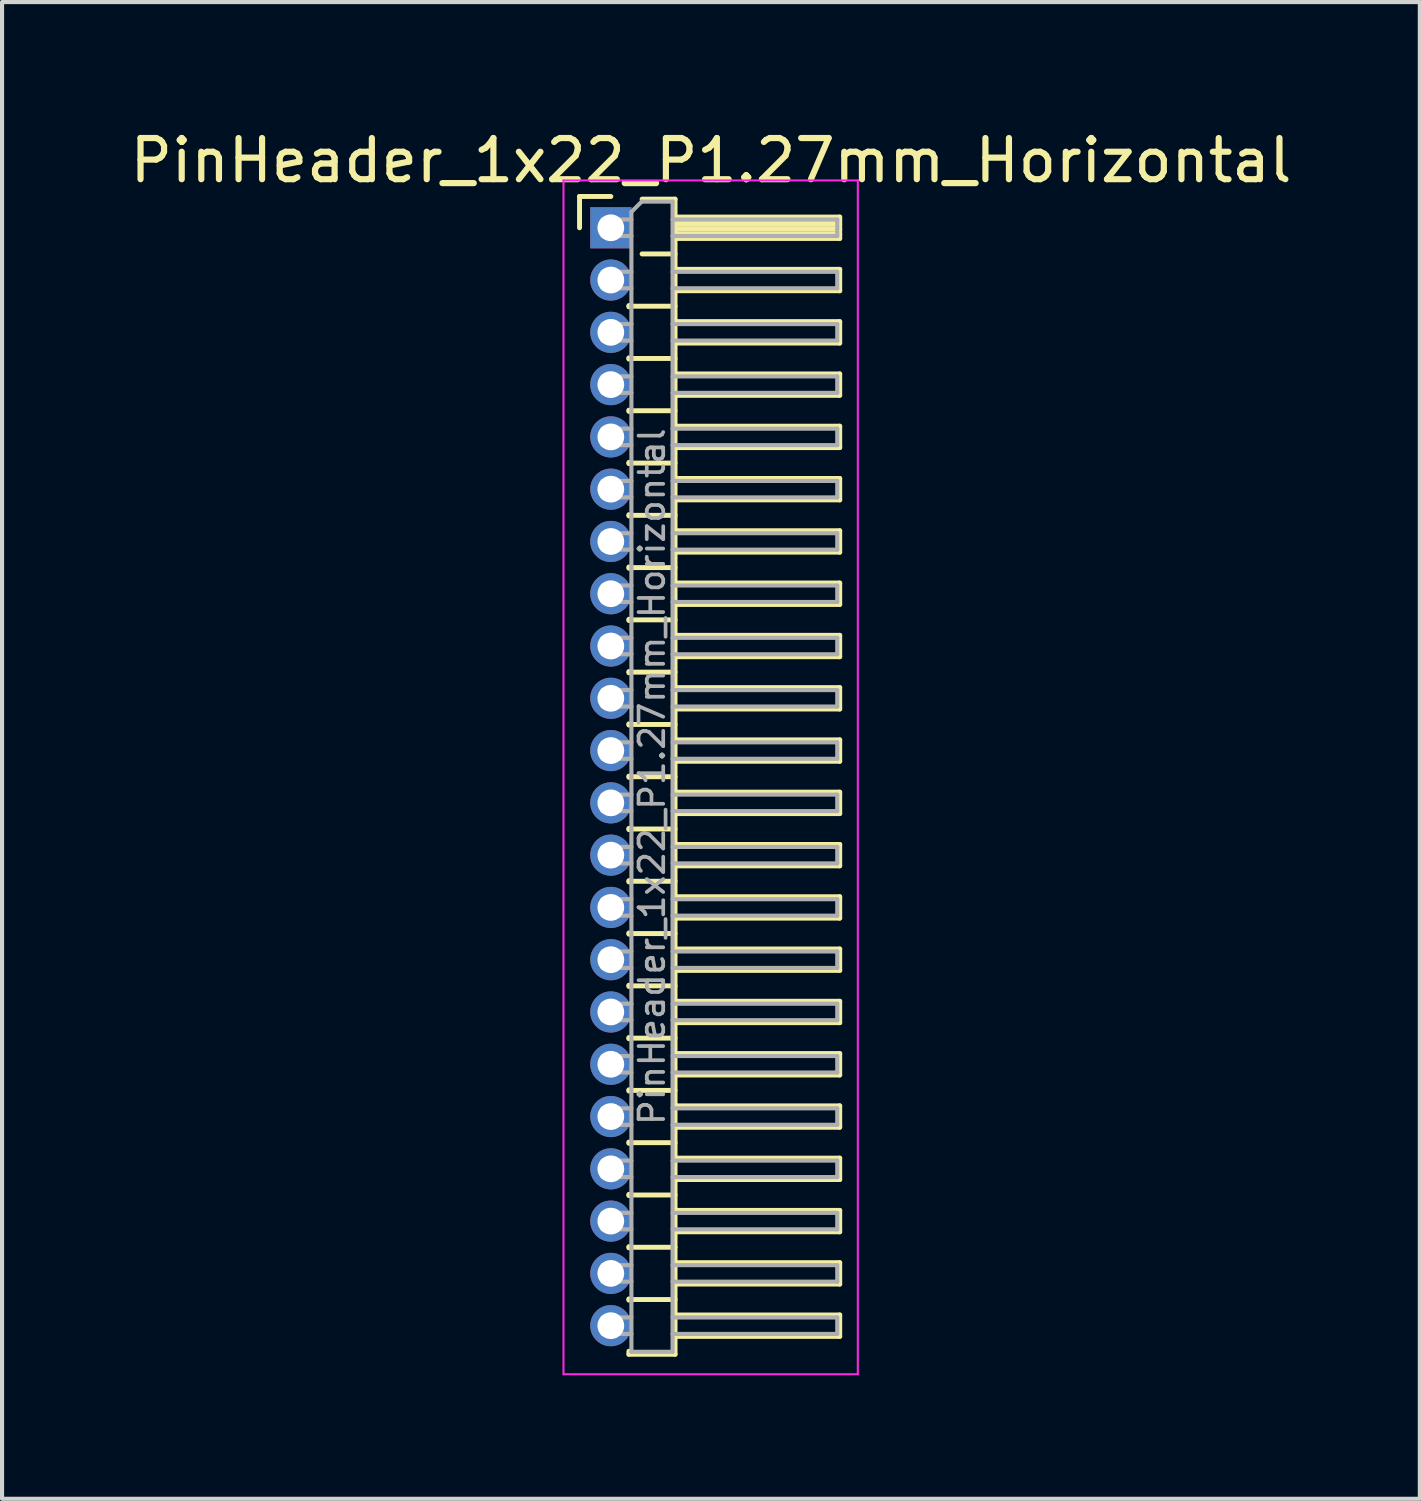
<source format=kicad_pcb>
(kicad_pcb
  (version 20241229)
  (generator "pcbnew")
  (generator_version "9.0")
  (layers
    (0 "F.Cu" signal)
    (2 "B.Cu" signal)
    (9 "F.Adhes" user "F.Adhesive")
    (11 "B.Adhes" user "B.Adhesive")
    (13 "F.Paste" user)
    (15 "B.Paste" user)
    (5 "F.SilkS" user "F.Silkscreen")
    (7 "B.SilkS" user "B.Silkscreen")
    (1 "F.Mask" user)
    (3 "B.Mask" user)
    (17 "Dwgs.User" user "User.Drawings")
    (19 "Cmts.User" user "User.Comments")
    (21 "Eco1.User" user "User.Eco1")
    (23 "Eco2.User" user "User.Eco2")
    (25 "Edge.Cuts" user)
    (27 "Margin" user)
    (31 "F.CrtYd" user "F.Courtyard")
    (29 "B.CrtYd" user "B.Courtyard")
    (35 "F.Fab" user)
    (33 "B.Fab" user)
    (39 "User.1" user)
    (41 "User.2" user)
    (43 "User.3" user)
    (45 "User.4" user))
  (footprint "PinHeader_1x22_P1.27mm_Horizontal"
    (layer "F.Cu")
    (at 11.788 2.483)
    (property "Reference" "PinHeader_1x22_P1.27mm_Horizontal" (at 2.433 -1.635 0) (layer "F.SilkS") (effects (font (size 1 1) (thickness 0.15))))
    (attr through_hole)
    (fp_line (start -0.76 -0.76) (end 0 -0.76) (stroke (width 0.12) (type solid)) (layer "F.SilkS"))
    (fp_line (start -0.76 0) (end -0.76 -0.76) (stroke (width 0.12) (type solid)) (layer "F.SilkS"))
    (fp_line (start 0.44 1.89) (end 0.44 1.92) (stroke (width 0.12) (type solid)) (layer "F.SilkS"))
    (fp_line (start 0.44 1.905) (end 1.56 1.905) (stroke (width 0.12) (type solid)) (layer "F.SilkS"))
    (fp_line (start 0.44 3.16) (end 0.44 3.19) (stroke (width 0.12) (type solid)) (layer "F.SilkS"))
    (fp_line (start 0.44 3.175) (end 1.56 3.175) (stroke (width 0.12) (type solid)) (layer "F.SilkS"))
    (fp_line (start 0.44 4.43) (end 0.44 4.46) (stroke (width 0.12) (type solid)) (layer "F.SilkS"))
    (fp_line (start 0.44 4.445) (end 1.56 4.445) (stroke (width 0.12) (type solid)) (layer "F.SilkS"))
    (fp_line (start 0.44 5.7) (end 0.44 5.73) (stroke (width 0.12) (type solid)) (layer "F.SilkS"))
    (fp_line (start 0.44 5.715) (end 1.56 5.715) (stroke (width 0.12) (type solid)) (layer "F.SilkS"))
    (fp_line (start 0.44 6.97) (end 0.44 7) (stroke (width 0.12) (type solid)) (layer "F.SilkS"))
    (fp_line (start 0.44 6.985) (end 1.56 6.985) (stroke (width 0.12) (type solid)) (layer "F.SilkS"))
    (fp_line (start 0.44 8.24) (end 0.44 8.27) (stroke (width 0.12) (type solid)) (layer "F.SilkS"))
    (fp_line (start 0.44 8.255) (end 1.56 8.255) (stroke (width 0.12) (type solid)) (layer "F.SilkS"))
    (fp_line (start 0.44 9.51) (end 0.44 9.54) (stroke (width 0.12) (type solid)) (layer "F.SilkS"))
    (fp_line (start 0.44 9.525) (end 1.56 9.525) (stroke (width 0.12) (type solid)) (layer "F.SilkS"))
    (fp_line (start 0.44 10.78) (end 0.44 10.81) (stroke (width 0.12) (type solid)) (layer "F.SilkS"))
    (fp_line (start 0.44 10.795) (end 1.56 10.795) (stroke (width 0.12) (type solid)) (layer "F.SilkS"))
    (fp_line (start 0.44 12.05) (end 0.44 12.08) (stroke (width 0.12) (type solid)) (layer "F.SilkS"))
    (fp_line (start 0.44 12.065) (end 1.56 12.065) (stroke (width 0.12) (type solid)) (layer "F.SilkS"))
    (fp_line (start 0.44 13.32) (end 0.44 13.35) (stroke (width 0.12) (type solid)) (layer "F.SilkS"))
    (fp_line (start 0.44 13.335) (end 1.56 13.335) (stroke (width 0.12) (type solid)) (layer "F.SilkS"))
    (fp_line (start 0.44 14.59) (end 0.44 14.62) (stroke (width 0.12) (type solid)) (layer "F.SilkS"))
    (fp_line (start 0.44 14.605) (end 1.56 14.605) (stroke (width 0.12) (type solid)) (layer "F.SilkS"))
    (fp_line (start 0.44 15.86) (end 0.44 15.89) (stroke (width 0.12) (type solid)) (layer "F.SilkS"))
    (fp_line (start 0.44 15.875) (end 1.56 15.875) (stroke (width 0.12) (type solid)) (layer "F.SilkS"))
    (fp_line (start 0.44 17.13) (end 0.44 17.16) (stroke (width 0.12) (type solid)) (layer "F.SilkS"))
    (fp_line (start 0.44 17.145) (end 1.56 17.145) (stroke (width 0.12) (type solid)) (layer "F.SilkS"))
    (fp_line (start 0.44 18.4) (end 0.44 18.43) (stroke (width 0.12) (type solid)) (layer "F.SilkS"))
    (fp_line (start 0.44 18.415) (end 1.56 18.415) (stroke (width 0.12) (type solid)) (layer "F.SilkS"))
    (fp_line (start 0.44 19.67) (end 0.44 19.7) (stroke (width 0.12) (type solid)) (layer "F.SilkS"))
    (fp_line (start 0.44 19.685) (end 1.56 19.685) (stroke (width 0.12) (type solid)) (layer "F.SilkS"))
    (fp_line (start 0.44 20.94) (end 0.44 20.97) (stroke (width 0.12) (type solid)) (layer "F.SilkS"))
    (fp_line (start 0.44 20.955) (end 1.56 20.955) (stroke (width 0.12) (type solid)) (layer "F.SilkS"))
    (fp_line (start 0.44 22.21) (end 0.44 22.24) (stroke (width 0.12) (type solid)) (layer "F.SilkS"))
    (fp_line (start 0.44 22.225) (end 1.56 22.225) (stroke (width 0.12) (type solid)) (layer "F.SilkS"))
    (fp_line (start 0.44 23.48) (end 0.44 23.51) (stroke (width 0.12) (type solid)) (layer "F.SilkS"))
    (fp_line (start 0.44 23.495) (end 1.56 23.495) (stroke (width 0.12) (type solid)) (layer "F.SilkS"))
    (fp_line (start 0.44 24.75) (end 0.44 24.78) (stroke (width 0.12) (type solid)) (layer "F.SilkS"))
    (fp_line (start 0.44 24.765) (end 1.56 24.765) (stroke (width 0.12) (type solid)) (layer "F.SilkS"))
    (fp_line (start 0.44 26.02) (end 0.44 26.05) (stroke (width 0.12) (type solid)) (layer "F.SilkS"))
    (fp_line (start 0.44 26.035) (end 1.56 26.035) (stroke (width 0.12) (type solid)) (layer "F.SilkS"))
    (fp_line (start 0.44 27.365) (end 0.44 27.29) (stroke (width 0.12) (type solid)) (layer "F.SilkS"))
    (fp_line (start 0.76 -0.695) (end 1.56 -0.695) (stroke (width 0.12) (type solid)) (layer "F.SilkS"))
    (fp_line (start 0.76 0.635) (end 1.56 0.635) (stroke (width 0.12) (type solid)) (layer "F.SilkS"))
    (fp_line (start 1.56 -0.695) (end 1.56 27.365) (stroke (width 0.12) (type solid)) (layer "F.SilkS"))
    (fp_line (start 1.56 -0.26) (end 5.56 -0.26) (stroke (width 0.12) (type solid)) (layer "F.SilkS"))
    (fp_line (start 1.56 -0.2) (end 5.56 -0.2) (stroke (width 0.12) (type solid)) (layer "F.SilkS"))
    (fp_line (start 1.56 -0.08) (end 5.56 -0.08) (stroke (width 0.12) (type solid)) (layer "F.SilkS"))
    (fp_line (start 1.56 0.04) (end 5.56 0.04) (stroke (width 0.12) (type solid)) (layer "F.SilkS"))
    (fp_line (start 1.56 0.16) (end 5.56 0.16) (stroke (width 0.12) (type solid)) (layer "F.SilkS"))
    (fp_line (start 1.56 1.01) (end 5.56 1.01) (stroke (width 0.12) (type solid)) (layer "F.SilkS"))
    (fp_line (start 1.56 2.28) (end 5.56 2.28) (stroke (width 0.12) (type solid)) (layer "F.SilkS"))
    (fp_line (start 1.56 3.55) (end 5.56 3.55) (stroke (width 0.12) (type solid)) (layer "F.SilkS"))
    (fp_line (start 1.56 4.82) (end 5.56 4.82) (stroke (width 0.12) (type solid)) (layer "F.SilkS"))
    (fp_line (start 1.56 6.09) (end 5.56 6.09) (stroke (width 0.12) (type solid)) (layer "F.SilkS"))
    (fp_line (start 1.56 7.36) (end 5.56 7.36) (stroke (width 0.12) (type solid)) (layer "F.SilkS"))
    (fp_line (start 1.56 8.63) (end 5.56 8.63) (stroke (width 0.12) (type solid)) (layer "F.SilkS"))
    (fp_line (start 1.56 9.9) (end 5.56 9.9) (stroke (width 0.12) (type solid)) (layer "F.SilkS"))
    (fp_line (start 1.56 11.17) (end 5.56 11.17) (stroke (width 0.12) (type solid)) (layer "F.SilkS"))
    (fp_line (start 1.56 12.44) (end 5.56 12.44) (stroke (width 0.12) (type solid)) (layer "F.SilkS"))
    (fp_line (start 1.56 13.71) (end 5.56 13.71) (stroke (width 0.12) (type solid)) (layer "F.SilkS"))
    (fp_line (start 1.56 14.98) (end 5.56 14.98) (stroke (width 0.12) (type solid)) (layer "F.SilkS"))
    (fp_line (start 1.56 16.25) (end 5.56 16.25) (stroke (width 0.12) (type solid)) (layer "F.SilkS"))
    (fp_line (start 1.56 17.52) (end 5.56 17.52) (stroke (width 0.12) (type solid)) (layer "F.SilkS"))
    (fp_line (start 1.56 18.79) (end 5.56 18.79) (stroke (width 0.12) (type solid)) (layer "F.SilkS"))
    (fp_line (start 1.56 20.06) (end 5.56 20.06) (stroke (width 0.12) (type solid)) (layer "F.SilkS"))
    (fp_line (start 1.56 21.33) (end 5.56 21.33) (stroke (width 0.12) (type solid)) (layer "F.SilkS"))
    (fp_line (start 1.56 22.6) (end 5.56 22.6) (stroke (width 0.12) (type solid)) (layer "F.SilkS"))
    (fp_line (start 1.56 23.87) (end 5.56 23.87) (stroke (width 0.12) (type solid)) (layer "F.SilkS"))
    (fp_line (start 1.56 25.14) (end 5.56 25.14) (stroke (width 0.12) (type solid)) (layer "F.SilkS"))
    (fp_line (start 1.56 26.41) (end 5.56 26.41) (stroke (width 0.12) (type solid)) (layer "F.SilkS"))
    (fp_line (start 1.56 27.365) (end 0.44 27.365) (stroke (width 0.12) (type solid)) (layer "F.SilkS"))
    (fp_line (start 5.56 -0.26) (end 5.56 0.26) (stroke (width 0.12) (type solid)) (layer "F.SilkS"))
    (fp_line (start 5.56 0.26) (end 1.56 0.26) (stroke (width 0.12) (type solid)) (layer "F.SilkS"))
    (fp_line (start 5.56 1.01) (end 5.56 1.53) (stroke (width 0.12) (type solid)) (layer "F.SilkS"))
    (fp_line (start 5.56 1.53) (end 1.56 1.53) (stroke (width 0.12) (type solid)) (layer "F.SilkS"))
    (fp_line (start 5.56 2.28) (end 5.56 2.8) (stroke (width 0.12) (type solid)) (layer "F.SilkS"))
    (fp_line (start 5.56 2.8) (end 1.56 2.8) (stroke (width 0.12) (type solid)) (layer "F.SilkS"))
    (fp_line (start 5.56 3.55) (end 5.56 4.07) (stroke (width 0.12) (type solid)) (layer "F.SilkS"))
    (fp_line (start 5.56 4.07) (end 1.56 4.07) (stroke (width 0.12) (type solid)) (layer "F.SilkS"))
    (fp_line (start 5.56 4.82) (end 5.56 5.34) (stroke (width 0.12) (type solid)) (layer "F.SilkS"))
    (fp_line (start 5.56 5.34) (end 1.56 5.34) (stroke (width 0.12) (type solid)) (layer "F.SilkS"))
    (fp_line (start 5.56 6.09) (end 5.56 6.61) (stroke (width 0.12) (type solid)) (layer "F.SilkS"))
    (fp_line (start 5.56 6.61) (end 1.56 6.61) (stroke (width 0.12) (type solid)) (layer "F.SilkS"))
    (fp_line (start 5.56 7.36) (end 5.56 7.88) (stroke (width 0.12) (type solid)) (layer "F.SilkS"))
    (fp_line (start 5.56 7.88) (end 1.56 7.88) (stroke (width 0.12) (type solid)) (layer "F.SilkS"))
    (fp_line (start 5.56 8.63) (end 5.56 9.15) (stroke (width 0.12) (type solid)) (layer "F.SilkS"))
    (fp_line (start 5.56 9.15) (end 1.56 9.15) (stroke (width 0.12) (type solid)) (layer "F.SilkS"))
    (fp_line (start 5.56 9.9) (end 5.56 10.42) (stroke (width 0.12) (type solid)) (layer "F.SilkS"))
    (fp_line (start 5.56 10.42) (end 1.56 10.42) (stroke (width 0.12) (type solid)) (layer "F.SilkS"))
    (fp_line (start 5.56 11.17) (end 5.56 11.69) (stroke (width 0.12) (type solid)) (layer "F.SilkS"))
    (fp_line (start 5.56 11.69) (end 1.56 11.69) (stroke (width 0.12) (type solid)) (layer "F.SilkS"))
    (fp_line (start 5.56 12.44) (end 5.56 12.96) (stroke (width 0.12) (type solid)) (layer "F.SilkS"))
    (fp_line (start 5.56 12.96) (end 1.56 12.96) (stroke (width 0.12) (type solid)) (layer "F.SilkS"))
    (fp_line (start 5.56 13.71) (end 5.56 14.23) (stroke (width 0.12) (type solid)) (layer "F.SilkS"))
    (fp_line (start 5.56 14.23) (end 1.56 14.23) (stroke (width 0.12) (type solid)) (layer "F.SilkS"))
    (fp_line (start 5.56 14.98) (end 5.56 15.5) (stroke (width 0.12) (type solid)) (layer "F.SilkS"))
    (fp_line (start 5.56 15.5) (end 1.56 15.5) (stroke (width 0.12) (type solid)) (layer "F.SilkS"))
    (fp_line (start 5.56 16.25) (end 5.56 16.77) (stroke (width 0.12) (type solid)) (layer "F.SilkS"))
    (fp_line (start 5.56 16.77) (end 1.56 16.77) (stroke (width 0.12) (type solid)) (layer "F.SilkS"))
    (fp_line (start 5.56 17.52) (end 5.56 18.04) (stroke (width 0.12) (type solid)) (layer "F.SilkS"))
    (fp_line (start 5.56 18.04) (end 1.56 18.04) (stroke (width 0.12) (type solid)) (layer "F.SilkS"))
    (fp_line (start 5.56 18.79) (end 5.56 19.31) (stroke (width 0.12) (type solid)) (layer "F.SilkS"))
    (fp_line (start 5.56 19.31) (end 1.56 19.31) (stroke (width 0.12) (type solid)) (layer "F.SilkS"))
    (fp_line (start 5.56 20.06) (end 5.56 20.58) (stroke (width 0.12) (type solid)) (layer "F.SilkS"))
    (fp_line (start 5.56 20.58) (end 1.56 20.58) (stroke (width 0.12) (type solid)) (layer "F.SilkS"))
    (fp_line (start 5.56 21.33) (end 5.56 21.85) (stroke (width 0.12) (type solid)) (layer "F.SilkS"))
    (fp_line (start 5.56 21.85) (end 1.56 21.85) (stroke (width 0.12) (type solid)) (layer "F.SilkS"))
    (fp_line (start 5.56 22.6) (end 5.56 23.12) (stroke (width 0.12) (type solid)) (layer "F.SilkS"))
    (fp_line (start 5.56 23.12) (end 1.56 23.12) (stroke (width 0.12) (type solid)) (layer "F.SilkS"))
    (fp_line (start 5.56 23.87) (end 5.56 24.39) (stroke (width 0.12) (type solid)) (layer "F.SilkS"))
    (fp_line (start 5.56 24.39) (end 1.56 24.39) (stroke (width 0.12) (type solid)) (layer "F.SilkS"))
    (fp_line (start 5.56 25.14) (end 5.56 25.66) (stroke (width 0.12) (type solid)) (layer "F.SilkS"))
    (fp_line (start 5.56 25.66) (end 1.56 25.66) (stroke (width 0.12) (type solid)) (layer "F.SilkS"))
    (fp_line (start 5.56 26.41) (end 5.56 26.93) (stroke (width 0.12) (type solid)) (layer "F.SilkS"))
    (fp_line (start 5.56 26.93) (end 1.56 26.93) (stroke (width 0.12) (type solid)) (layer "F.SilkS"))
    (fp_line (start -1.15 -1.15) (end -1.15 27.85) (stroke (width 0.05) (type solid)) (layer "F.CrtYd"))
    (fp_line (start -1.15 27.85) (end 6 27.85) (stroke (width 0.05) (type solid)) (layer "F.CrtYd"))
    (fp_line (start 6 -1.15) (end -1.15 -1.15) (stroke (width 0.05) (type solid)) (layer "F.CrtYd"))
    (fp_line (start 6 27.85) (end 6 -1.15) (stroke (width 0.05) (type solid)) (layer "F.CrtYd"))
    (fp_line (start -0.2 -0.2) (end -0.2 0.2) (stroke (width 0.1) (type solid)) (layer "F.Fab"))
    (fp_line (start -0.2 -0.2) (end 0.5 -0.2) (stroke (width 0.1) (type solid)) (layer "F.Fab"))
    (fp_line (start -0.2 0.2) (end 0.5 0.2) (stroke (width 0.1) (type solid)) (layer "F.Fab"))
    (fp_line (start -0.2 1.07) (end -0.2 1.47) (stroke (width 0.1) (type solid)) (layer "F.Fab"))
    (fp_line (start -0.2 1.07) (end 0.5 1.07) (stroke (width 0.1) (type solid)) (layer "F.Fab"))
    (fp_line (start -0.2 1.47) (end 0.5 1.47) (stroke (width 0.1) (type solid)) (layer "F.Fab"))
    (fp_line (start -0.2 2.34) (end -0.2 2.74) (stroke (width 0.1) (type solid)) (layer "F.Fab"))
    (fp_line (start -0.2 2.34) (end 0.5 2.34) (stroke (width 0.1) (type solid)) (layer "F.Fab"))
    (fp_line (start -0.2 2.74) (end 0.5 2.74) (stroke (width 0.1) (type solid)) (layer "F.Fab"))
    (fp_line (start -0.2 3.61) (end -0.2 4.01) (stroke (width 0.1) (type solid)) (layer "F.Fab"))
    (fp_line (start -0.2 3.61) (end 0.5 3.61) (stroke (width 0.1) (type solid)) (layer "F.Fab"))
    (fp_line (start -0.2 4.01) (end 0.5 4.01) (stroke (width 0.1) (type solid)) (layer "F.Fab"))
    (fp_line (start -0.2 4.88) (end -0.2 5.28) (stroke (width 0.1) (type solid)) (layer "F.Fab"))
    (fp_line (start -0.2 4.88) (end 0.5 4.88) (stroke (width 0.1) (type solid)) (layer "F.Fab"))
    (fp_line (start -0.2 5.28) (end 0.5 5.28) (stroke (width 0.1) (type solid)) (layer "F.Fab"))
    (fp_line (start -0.2 6.15) (end -0.2 6.55) (stroke (width 0.1) (type solid)) (layer "F.Fab"))
    (fp_line (start -0.2 6.15) (end 0.5 6.15) (stroke (width 0.1) (type solid)) (layer "F.Fab"))
    (fp_line (start -0.2 6.55) (end 0.5 6.55) (stroke (width 0.1) (type solid)) (layer "F.Fab"))
    (fp_line (start -0.2 7.42) (end -0.2 7.82) (stroke (width 0.1) (type solid)) (layer "F.Fab"))
    (fp_line (start -0.2 7.42) (end 0.5 7.42) (stroke (width 0.1) (type solid)) (layer "F.Fab"))
    (fp_line (start -0.2 7.82) (end 0.5 7.82) (stroke (width 0.1) (type solid)) (layer "F.Fab"))
    (fp_line (start -0.2 8.69) (end -0.2 9.09) (stroke (width 0.1) (type solid)) (layer "F.Fab"))
    (fp_line (start -0.2 8.69) (end 0.5 8.69) (stroke (width 0.1) (type solid)) (layer "F.Fab"))
    (fp_line (start -0.2 9.09) (end 0.5 9.09) (stroke (width 0.1) (type solid)) (layer "F.Fab"))
    (fp_line (start -0.2 9.96) (end -0.2 10.36) (stroke (width 0.1) (type solid)) (layer "F.Fab"))
    (fp_line (start -0.2 9.96) (end 0.5 9.96) (stroke (width 0.1) (type solid)) (layer "F.Fab"))
    (fp_line (start -0.2 10.36) (end 0.5 10.36) (stroke (width 0.1) (type solid)) (layer "F.Fab"))
    (fp_line (start -0.2 11.23) (end -0.2 11.63) (stroke (width 0.1) (type solid)) (layer "F.Fab"))
    (fp_line (start -0.2 11.23) (end 0.5 11.23) (stroke (width 0.1) (type solid)) (layer "F.Fab"))
    (fp_line (start -0.2 11.63) (end 0.5 11.63) (stroke (width 0.1) (type solid)) (layer "F.Fab"))
    (fp_line (start -0.2 12.5) (end -0.2 12.9) (stroke (width 0.1) (type solid)) (layer "F.Fab"))
    (fp_line (start -0.2 12.5) (end 0.5 12.5) (stroke (width 0.1) (type solid)) (layer "F.Fab"))
    (fp_line (start -0.2 12.9) (end 0.5 12.9) (stroke (width 0.1) (type solid)) (layer "F.Fab"))
    (fp_line (start -0.2 13.77) (end -0.2 14.17) (stroke (width 0.1) (type solid)) (layer "F.Fab"))
    (fp_line (start -0.2 13.77) (end 0.5 13.77) (stroke (width 0.1) (type solid)) (layer "F.Fab"))
    (fp_line (start -0.2 14.17) (end 0.5 14.17) (stroke (width 0.1) (type solid)) (layer "F.Fab"))
    (fp_line (start -0.2 15.04) (end -0.2 15.44) (stroke (width 0.1) (type solid)) (layer "F.Fab"))
    (fp_line (start -0.2 15.04) (end 0.5 15.04) (stroke (width 0.1) (type solid)) (layer "F.Fab"))
    (fp_line (start -0.2 15.44) (end 0.5 15.44) (stroke (width 0.1) (type solid)) (layer "F.Fab"))
    (fp_line (start -0.2 16.31) (end -0.2 16.71) (stroke (width 0.1) (type solid)) (layer "F.Fab"))
    (fp_line (start -0.2 16.31) (end 0.5 16.31) (stroke (width 0.1) (type solid)) (layer "F.Fab"))
    (fp_line (start -0.2 16.71) (end 0.5 16.71) (stroke (width 0.1) (type solid)) (layer "F.Fab"))
    (fp_line (start -0.2 17.58) (end -0.2 17.98) (stroke (width 0.1) (type solid)) (layer "F.Fab"))
    (fp_line (start -0.2 17.58) (end 0.5 17.58) (stroke (width 0.1) (type solid)) (layer "F.Fab"))
    (fp_line (start -0.2 17.98) (end 0.5 17.98) (stroke (width 0.1) (type solid)) (layer "F.Fab"))
    (fp_line (start -0.2 18.85) (end -0.2 19.25) (stroke (width 0.1) (type solid)) (layer "F.Fab"))
    (fp_line (start -0.2 18.85) (end 0.5 18.85) (stroke (width 0.1) (type solid)) (layer "F.Fab"))
    (fp_line (start -0.2 19.25) (end 0.5 19.25) (stroke (width 0.1) (type solid)) (layer "F.Fab"))
    (fp_line (start -0.2 20.12) (end -0.2 20.52) (stroke (width 0.1) (type solid)) (layer "F.Fab"))
    (fp_line (start -0.2 20.12) (end 0.5 20.12) (stroke (width 0.1) (type solid)) (layer "F.Fab"))
    (fp_line (start -0.2 20.52) (end 0.5 20.52) (stroke (width 0.1) (type solid)) (layer "F.Fab"))
    (fp_line (start -0.2 21.39) (end -0.2 21.79) (stroke (width 0.1) (type solid)) (layer "F.Fab"))
    (fp_line (start -0.2 21.39) (end 0.5 21.39) (stroke (width 0.1) (type solid)) (layer "F.Fab"))
    (fp_line (start -0.2 21.79) (end 0.5 21.79) (stroke (width 0.1) (type solid)) (layer "F.Fab"))
    (fp_line (start -0.2 22.66) (end -0.2 23.06) (stroke (width 0.1) (type solid)) (layer "F.Fab"))
    (fp_line (start -0.2 22.66) (end 0.5 22.66) (stroke (width 0.1) (type solid)) (layer "F.Fab"))
    (fp_line (start -0.2 23.06) (end 0.5 23.06) (stroke (width 0.1) (type solid)) (layer "F.Fab"))
    (fp_line (start -0.2 23.93) (end -0.2 24.33) (stroke (width 0.1) (type solid)) (layer "F.Fab"))
    (fp_line (start -0.2 23.93) (end 0.5 23.93) (stroke (width 0.1) (type solid)) (layer "F.Fab"))
    (fp_line (start -0.2 24.33) (end 0.5 24.33) (stroke (width 0.1) (type solid)) (layer "F.Fab"))
    (fp_line (start -0.2 25.2) (end -0.2 25.6) (stroke (width 0.1) (type solid)) (layer "F.Fab"))
    (fp_line (start -0.2 25.2) (end 0.5 25.2) (stroke (width 0.1) (type solid)) (layer "F.Fab"))
    (fp_line (start -0.2 25.6) (end 0.5 25.6) (stroke (width 0.1) (type solid)) (layer "F.Fab"))
    (fp_line (start -0.2 26.47) (end -0.2 26.87) (stroke (width 0.1) (type solid)) (layer "F.Fab"))
    (fp_line (start -0.2 26.47) (end 0.5 26.47) (stroke (width 0.1) (type solid)) (layer "F.Fab"))
    (fp_line (start -0.2 26.87) (end 0.5 26.87) (stroke (width 0.1) (type solid)) (layer "F.Fab"))
    (fp_line (start 0.5 -0.385) (end 0.75 -0.635) (stroke (width 0.1) (type solid)) (layer "F.Fab"))
    (fp_line (start 0.5 27.305) (end 0.5 -0.385) (stroke (width 0.1) (type solid)) (layer "F.Fab"))
    (fp_line (start 0.75 -0.635) (end 1.5 -0.635) (stroke (width 0.1) (type solid)) (layer "F.Fab"))
    (fp_line (start 1.5 -0.635) (end 1.5 27.305) (stroke (width 0.1) (type solid)) (layer "F.Fab"))
    (fp_line (start 1.5 -0.2) (end 5.5 -0.2) (stroke (width 0.1) (type solid)) (layer "F.Fab"))
    (fp_line (start 1.5 0.2) (end 5.5 0.2) (stroke (width 0.1) (type solid)) (layer "F.Fab"))
    (fp_line (start 1.5 1.07) (end 5.5 1.07) (stroke (width 0.1) (type solid)) (layer "F.Fab"))
    (fp_line (start 1.5 1.47) (end 5.5 1.47) (stroke (width 0.1) (type solid)) (layer "F.Fab"))
    (fp_line (start 1.5 2.34) (end 5.5 2.34) (stroke (width 0.1) (type solid)) (layer "F.Fab"))
    (fp_line (start 1.5 2.74) (end 5.5 2.74) (stroke (width 0.1) (type solid)) (layer "F.Fab"))
    (fp_line (start 1.5 3.61) (end 5.5 3.61) (stroke (width 0.1) (type solid)) (layer "F.Fab"))
    (fp_line (start 1.5 4.01) (end 5.5 4.01) (stroke (width 0.1) (type solid)) (layer "F.Fab"))
    (fp_line (start 1.5 4.88) (end 5.5 4.88) (stroke (width 0.1) (type solid)) (layer "F.Fab"))
    (fp_line (start 1.5 5.28) (end 5.5 5.28) (stroke (width 0.1) (type solid)) (layer "F.Fab"))
    (fp_line (start 1.5 6.15) (end 5.5 6.15) (stroke (width 0.1) (type solid)) (layer "F.Fab"))
    (fp_line (start 1.5 6.55) (end 5.5 6.55) (stroke (width 0.1) (type solid)) (layer "F.Fab"))
    (fp_line (start 1.5 7.42) (end 5.5 7.42) (stroke (width 0.1) (type solid)) (layer "F.Fab"))
    (fp_line (start 1.5 7.82) (end 5.5 7.82) (stroke (width 0.1) (type solid)) (layer "F.Fab"))
    (fp_line (start 1.5 8.69) (end 5.5 8.69) (stroke (width 0.1) (type solid)) (layer "F.Fab"))
    (fp_line (start 1.5 9.09) (end 5.5 9.09) (stroke (width 0.1) (type solid)) (layer "F.Fab"))
    (fp_line (start 1.5 9.96) (end 5.5 9.96) (stroke (width 0.1) (type solid)) (layer "F.Fab"))
    (fp_line (start 1.5 10.36) (end 5.5 10.36) (stroke (width 0.1) (type solid)) (layer "F.Fab"))
    (fp_line (start 1.5 11.23) (end 5.5 11.23) (stroke (width 0.1) (type solid)) (layer "F.Fab"))
    (fp_line (start 1.5 11.63) (end 5.5 11.63) (stroke (width 0.1) (type solid)) (layer "F.Fab"))
    (fp_line (start 1.5 12.5) (end 5.5 12.5) (stroke (width 0.1) (type solid)) (layer "F.Fab"))
    (fp_line (start 1.5 12.9) (end 5.5 12.9) (stroke (width 0.1) (type solid)) (layer "F.Fab"))
    (fp_line (start 1.5 13.77) (end 5.5 13.77) (stroke (width 0.1) (type solid)) (layer "F.Fab"))
    (fp_line (start 1.5 14.17) (end 5.5 14.17) (stroke (width 0.1) (type solid)) (layer "F.Fab"))
    (fp_line (start 1.5 15.04) (end 5.5 15.04) (stroke (width 0.1) (type solid)) (layer "F.Fab"))
    (fp_line (start 1.5 15.44) (end 5.5 15.44) (stroke (width 0.1) (type solid)) (layer "F.Fab"))
    (fp_line (start 1.5 16.31) (end 5.5 16.31) (stroke (width 0.1) (type solid)) (layer "F.Fab"))
    (fp_line (start 1.5 16.71) (end 5.5 16.71) (stroke (width 0.1) (type solid)) (layer "F.Fab"))
    (fp_line (start 1.5 17.58) (end 5.5 17.58) (stroke (width 0.1) (type solid)) (layer "F.Fab"))
    (fp_line (start 1.5 17.98) (end 5.5 17.98) (stroke (width 0.1) (type solid)) (layer "F.Fab"))
    (fp_line (start 1.5 18.85) (end 5.5 18.85) (stroke (width 0.1) (type solid)) (layer "F.Fab"))
    (fp_line (start 1.5 19.25) (end 5.5 19.25) (stroke (width 0.1) (type solid)) (layer "F.Fab"))
    (fp_line (start 1.5 20.12) (end 5.5 20.12) (stroke (width 0.1) (type solid)) (layer "F.Fab"))
    (fp_line (start 1.5 20.52) (end 5.5 20.52) (stroke (width 0.1) (type solid)) (layer "F.Fab"))
    (fp_line (start 1.5 21.39) (end 5.5 21.39) (stroke (width 0.1) (type solid)) (layer "F.Fab"))
    (fp_line (start 1.5 21.79) (end 5.5 21.79) (stroke (width 0.1) (type solid)) (layer "F.Fab"))
    (fp_line (start 1.5 22.66) (end 5.5 22.66) (stroke (width 0.1) (type solid)) (layer "F.Fab"))
    (fp_line (start 1.5 23.06) (end 5.5 23.06) (stroke (width 0.1) (type solid)) (layer "F.Fab"))
    (fp_line (start 1.5 23.93) (end 5.5 23.93) (stroke (width 0.1) (type solid)) (layer "F.Fab"))
    (fp_line (start 1.5 24.33) (end 5.5 24.33) (stroke (width 0.1) (type solid)) (layer "F.Fab"))
    (fp_line (start 1.5 25.2) (end 5.5 25.2) (stroke (width 0.1) (type solid)) (layer "F.Fab"))
    (fp_line (start 1.5 25.6) (end 5.5 25.6) (stroke (width 0.1) (type solid)) (layer "F.Fab"))
    (fp_line (start 1.5 26.47) (end 5.5 26.47) (stroke (width 0.1) (type solid)) (layer "F.Fab"))
    (fp_line (start 1.5 26.87) (end 5.5 26.87) (stroke (width 0.1) (type solid)) (layer "F.Fab"))
    (fp_line (start 1.5 27.305) (end 0.5 27.305) (stroke (width 0.1) (type solid)) (layer "F.Fab"))
    (fp_line (start 5.5 -0.2) (end 5.5 0.2) (stroke (width 0.1) (type solid)) (layer "F.Fab"))
    (fp_line (start 5.5 1.07) (end 5.5 1.47) (stroke (width 0.1) (type solid)) (layer "F.Fab"))
    (fp_line (start 5.5 2.34) (end 5.5 2.74) (stroke (width 0.1) (type solid)) (layer "F.Fab"))
    (fp_line (start 5.5 3.61) (end 5.5 4.01) (stroke (width 0.1) (type solid)) (layer "F.Fab"))
    (fp_line (start 5.5 4.88) (end 5.5 5.28) (stroke (width 0.1) (type solid)) (layer "F.Fab"))
    (fp_line (start 5.5 6.15) (end 5.5 6.55) (stroke (width 0.1) (type solid)) (layer "F.Fab"))
    (fp_line (start 5.5 7.42) (end 5.5 7.82) (stroke (width 0.1) (type solid)) (layer "F.Fab"))
    (fp_line (start 5.5 8.69) (end 5.5 9.09) (stroke (width 0.1) (type solid)) (layer "F.Fab"))
    (fp_line (start 5.5 9.96) (end 5.5 10.36) (stroke (width 0.1) (type solid)) (layer "F.Fab"))
    (fp_line (start 5.5 11.23) (end 5.5 11.63) (stroke (width 0.1) (type solid)) (layer "F.Fab"))
    (fp_line (start 5.5 12.5) (end 5.5 12.9) (stroke (width 0.1) (type solid)) (layer "F.Fab"))
    (fp_line (start 5.5 13.77) (end 5.5 14.17) (stroke (width 0.1) (type solid)) (layer "F.Fab"))
    (fp_line (start 5.5 15.04) (end 5.5 15.44) (stroke (width 0.1) (type solid)) (layer "F.Fab"))
    (fp_line (start 5.5 16.31) (end 5.5 16.71) (stroke (width 0.1) (type solid)) (layer "F.Fab"))
    (fp_line (start 5.5 17.58) (end 5.5 17.98) (stroke (width 0.1) (type solid)) (layer "F.Fab"))
    (fp_line (start 5.5 18.85) (end 5.5 19.25) (stroke (width 0.1) (type solid)) (layer "F.Fab"))
    (fp_line (start 5.5 20.12) (end 5.5 20.52) (stroke (width 0.1) (type solid)) (layer "F.Fab"))
    (fp_line (start 5.5 21.39) (end 5.5 21.79) (stroke (width 0.1) (type solid)) (layer "F.Fab"))
    (fp_line (start 5.5 22.66) (end 5.5 23.06) (stroke (width 0.1) (type solid)) (layer "F.Fab"))
    (fp_line (start 5.5 23.93) (end 5.5 24.33) (stroke (width 0.1) (type solid)) (layer "F.Fab"))
    (fp_line (start 5.5 25.2) (end 5.5 25.6) (stroke (width 0.1) (type solid)) (layer "F.Fab"))
    (fp_line (start 5.5 26.47) (end 5.5 26.87) (stroke (width 0.1) (type solid)) (layer "F.Fab"))
    (fp_text user "${REFERENCE}" (at 1 13.335 90) (layer "F.Fab") (effects (font (size 0.6 0.6) (thickness 0.09))))
    (pad "1" thru_hole rect (at 0 0) (size 1 1) (drill 0.65) (layers "*.Cu" "*.Mask"))
    (pad "2" thru_hole oval (at 0 1.27) (size 1 1) (drill 0.65) (layers "*.Cu" "*.Mask"))
    (pad "3" thru_hole oval (at 0 2.54) (size 1 1) (drill 0.65) (layers "*.Cu" "*.Mask"))
    (pad "4" thru_hole oval (at 0 3.81) (size 1 1) (drill 0.65) (layers "*.Cu" "*.Mask"))
    (pad "5" thru_hole oval (at 0 5.08) (size 1 1) (drill 0.65) (layers "*.Cu" "*.Mask"))
    (pad "6" thru_hole oval (at 0 6.35) (size 1 1) (drill 0.65) (layers "*.Cu" "*.Mask"))
    (pad "7" thru_hole oval (at 0 7.62) (size 1 1) (drill 0.65) (layers "*.Cu" "*.Mask"))
    (pad "8" thru_hole oval (at 0 8.89) (size 1 1) (drill 0.65) (layers "*.Cu" "*.Mask"))
    (pad "9" thru_hole oval (at 0 10.16) (size 1 1) (drill 0.65) (layers "*.Cu" "*.Mask"))
    (pad "10" thru_hole oval (at 0 11.43) (size 1 1) (drill 0.65) (layers "*.Cu" "*.Mask"))
    (pad "11" thru_hole oval (at 0 12.7) (size 1 1) (drill 0.65) (layers "*.Cu" "*.Mask"))
    (pad "12" thru_hole oval (at 0 13.97) (size 1 1) (drill 0.65) (layers "*.Cu" "*.Mask"))
    (pad "13" thru_hole oval (at 0 15.24) (size 1 1) (drill 0.65) (layers "*.Cu" "*.Mask"))
    (pad "14" thru_hole oval (at 0 16.51) (size 1 1) (drill 0.65) (layers "*.Cu" "*.Mask"))
    (pad "15" thru_hole oval (at 0 17.78) (size 1 1) (drill 0.65) (layers "*.Cu" "*.Mask"))
    (pad "16" thru_hole oval (at 0 19.05) (size 1 1) (drill 0.65) (layers "*.Cu" "*.Mask"))
    (pad "17" thru_hole oval (at 0 20.32) (size 1 1) (drill 0.65) (layers "*.Cu" "*.Mask"))
    (pad "18" thru_hole oval (at 0 21.59) (size 1 1) (drill 0.65) (layers "*.Cu" "*.Mask"))
    (pad "19" thru_hole oval (at 0 22.86) (size 1 1) (drill 0.65) (layers "*.Cu" "*.Mask"))
    (pad "20" thru_hole oval (at 0 24.13) (size 1 1) (drill 0.65) (layers "*.Cu" "*.Mask"))
    (pad "21" thru_hole oval (at 0 25.4) (size 1 1) (drill 0.65) (layers "*.Cu" "*.Mask"))
    (pad "22" thru_hole oval (at 0 26.67) (size 1 1) (drill 0.65) (layers "*.Cu" "*.Mask")))
  (gr_rect
    (start -3 -3)
    (end 31.44 33.358)
    (stroke (width 0.1) (type default))
    (fill no)
    (layer "Edge.Cuts")))
</source>
